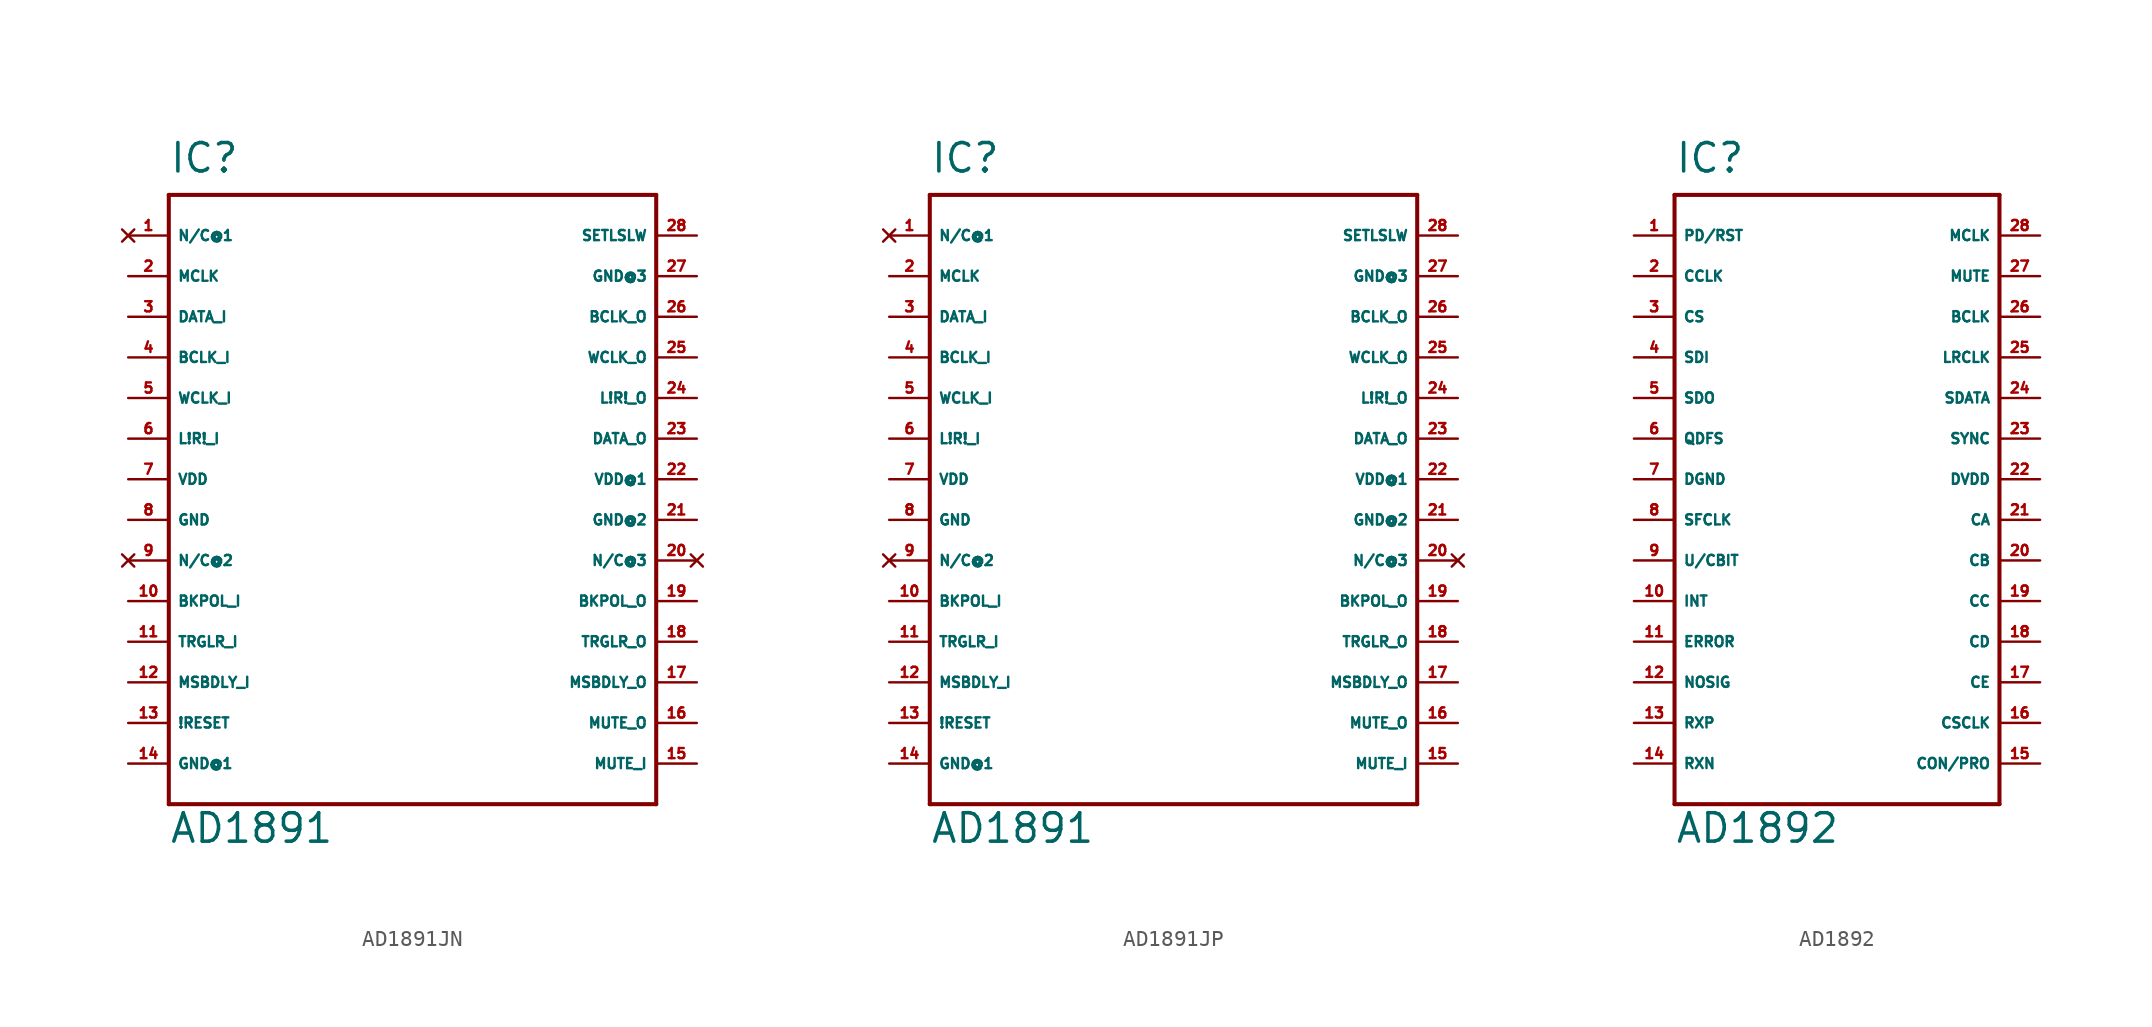
<source format=kicad_sym>
(kicad_symbol_lib
  (version 20220914)
  (generator Eagle2Kicad)
  (symbol "AD1891JN"
    (property "Reference" "IC"
      (at -15.24 19.05 0)
      (effects (font (size 1.778 1.778) (thickness 0.22)) (justify left bottom)))
    (property "Value" "AD1891"
      (at -15.24 -22.86 0)
      (effects (font (size 1.778 1.778) (thickness 0.22)) (justify left bottom)))
    (polyline
      (pts (xy -15.24 -20.32) (xy 15.24 -20.32))
      (stroke (width 0.254) (type default))
      (fill (type none)))
    (polyline
      (pts (xy 15.24 -20.32) (xy 15.24 17.78))
      (stroke (width 0.254) (type default))
      (fill (type none)))
    (polyline
      (pts (xy 15.24 17.78) (xy -15.24 17.78))
      (stroke (width 0.254) (type default))
      (fill (type none)))
    (polyline
      (pts (xy -15.24 17.78) (xy -15.24 -20.32))
      (stroke (width 0.254) (type default))
      (fill (type none)))
    (pin no_connect line
      (at -17.78 15.24 0)
      (length 2.54)
      (name "N/C@1" (effects (font (size 0.635 0.635) (thickness 0.08)) (justify left bottom) hide))
      (number "1" (effects (font (size 0.635 0.635) (thickness 0.08)) (justify left bottom) hide)))
    (pin input line
      (at -17.78 12.7 0)
      (length 2.54)
      (name "MCLK" (effects (font (size 0.635 0.635) (thickness 0.08)) (justify left bottom)))
      (number "2" (effects (font (size 0.635 0.635) (thickness 0.08)) (justify left bottom))))
    (pin input line
      (at -17.78 10.16 0)
      (length 2.54)
      (name "DATA_I" (effects (font (size 0.635 0.635) (thickness 0.08)) (justify left bottom)))
      (number "3" (effects (font (size 0.635 0.635) (thickness 0.08)) (justify left bottom))))
    (pin input line
      (at -17.78 7.62 0)
      (length 2.54)
      (name "BCLK_I" (effects (font (size 0.635 0.635) (thickness 0.08)) (justify left bottom)))
      (number "4" (effects (font (size 0.635 0.635) (thickness 0.08)) (justify left bottom))))
    (pin input line
      (at -17.78 5.08 0)
      (length 2.54)
      (name "WCLK_I" (effects (font (size 0.635 0.635) (thickness 0.08)) (justify left bottom)))
      (number "5" (effects (font (size 0.635 0.635) (thickness 0.08)) (justify left bottom))))
    (pin input line
      (at -17.78 2.54 0)
      (length 2.54)
      (name "L!R!_I" (effects (font (size 0.635 0.635) (thickness 0.08)) (justify left bottom)))
      (number "6" (effects (font (size 0.635 0.635) (thickness 0.08)) (justify left bottom))))
    (pin unspecified line
      (at -17.78 0 0)
      (length 2.54)
      (name "VDD" (effects (font (size 0.635 0.635) (thickness 0.08)) (justify left bottom)))
      (number "7" (effects (font (size 0.635 0.635) (thickness 0.08)) (justify left bottom))))
    (pin unspecified line
      (at -17.78 -2.54 0)
      (length 2.54)
      (name "GND" (effects (font (size 0.635 0.635) (thickness 0.08)) (justify left bottom)))
      (number "8" (effects (font (size 0.635 0.635) (thickness 0.08)) (justify left bottom))))
    (pin no_connect line
      (at -17.78 -5.08 0)
      (length 2.54)
      (name "N/C@2" (effects (font (size 0.635 0.635) (thickness 0.08)) (justify left bottom) hide))
      (number "9" (effects (font (size 0.635 0.635) (thickness 0.08)) (justify left bottom) hide)))
    (pin input line
      (at -17.78 -7.62 0)
      (length 2.54)
      (name "BKPOL_I" (effects (font (size 0.635 0.635) (thickness 0.08)) (justify left bottom)))
      (number "10" (effects (font (size 0.635 0.635) (thickness 0.08)) (justify left bottom))))
    (pin input line
      (at -17.78 -10.16 0)
      (length 2.54)
      (name "TRGLR_I" (effects (font (size 0.635 0.635) (thickness 0.08)) (justify left bottom)))
      (number "11" (effects (font (size 0.635 0.635) (thickness 0.08)) (justify left bottom))))
    (pin input line
      (at -17.78 -12.7 0)
      (length 2.54)
      (name "MSBDLY_I" (effects (font (size 0.635 0.635) (thickness 0.08)) (justify left bottom)))
      (number "12" (effects (font (size 0.635 0.635) (thickness 0.08)) (justify left bottom))))
    (pin input line
      (at -17.78 -15.24 0)
      (length 2.54)
      (name "!RESET" (effects (font (size 0.635 0.635) (thickness 0.08)) (justify left bottom)))
      (number "13" (effects (font (size 0.635 0.635) (thickness 0.08)) (justify left bottom))))
    (pin unspecified line
      (at -17.78 -17.78 0)
      (length 2.54)
      (name "GND@1" (effects (font (size 0.635 0.635) (thickness 0.08)) (justify left bottom)))
      (number "14" (effects (font (size 0.635 0.635) (thickness 0.08)) (justify left bottom))))
    (pin input line
      (at 17.78 -17.78 180)
      (length 2.54)
      (name "MUTE_I" (effects (font (size 0.635 0.635) (thickness 0.08)) (justify left bottom)))
      (number "15" (effects (font (size 0.635 0.635) (thickness 0.08)) (justify left bottom))))
    (pin output line
      (at 17.78 -15.24 180)
      (length 2.54)
      (name "MUTE_O" (effects (font (size 0.635 0.635) (thickness 0.08)) (justify left bottom)))
      (number "16" (effects (font (size 0.635 0.635) (thickness 0.08)) (justify left bottom))))
    (pin input line
      (at 17.78 -12.7 180)
      (length 2.54)
      (name "MSBDLY_O" (effects (font (size 0.635 0.635) (thickness 0.08)) (justify left bottom)))
      (number "17" (effects (font (size 0.635 0.635) (thickness 0.08)) (justify left bottom))))
    (pin input line
      (at 17.78 -10.16 180)
      (length 2.54)
      (name "TRGLR_O" (effects (font (size 0.635 0.635) (thickness 0.08)) (justify left bottom)))
      (number "18" (effects (font (size 0.635 0.635) (thickness 0.08)) (justify left bottom))))
    (pin input line
      (at 17.78 -7.62 180)
      (length 2.54)
      (name "BKPOL_O" (effects (font (size 0.635 0.635) (thickness 0.08)) (justify left bottom)))
      (number "19" (effects (font (size 0.635 0.635) (thickness 0.08)) (justify left bottom))))
    (pin no_connect line
      (at 17.78 -5.08 180)
      (length 2.54)
      (name "N/C@3" (effects (font (size 0.635 0.635) (thickness 0.08)) (justify left bottom) hide))
      (number "20" (effects (font (size 0.635 0.635) (thickness 0.08)) (justify left bottom) hide)))
    (pin unspecified line
      (at 17.78 -2.54 180)
      (length 2.54)
      (name "GND@2" (effects (font (size 0.635 0.635) (thickness 0.08)) (justify left bottom)))
      (number "21" (effects (font (size 0.635 0.635) (thickness 0.08)) (justify left bottom))))
    (pin unspecified line
      (at 17.78 0 180)
      (length 2.54)
      (name "VDD@1" (effects (font (size 0.635 0.635) (thickness 0.08)) (justify left bottom)))
      (number "22" (effects (font (size 0.635 0.635) (thickness 0.08)) (justify left bottom))))
    (pin output line
      (at 17.78 2.54 180)
      (length 2.54)
      (name "DATA_O" (effects (font (size 0.635 0.635) (thickness 0.08)) (justify left bottom)))
      (number "23" (effects (font (size 0.635 0.635) (thickness 0.08)) (justify left bottom))))
    (pin input line
      (at 17.78 5.08 180)
      (length 2.54)
      (name "L!R!_O" (effects (font (size 0.635 0.635) (thickness 0.08)) (justify left bottom)))
      (number "24" (effects (font (size 0.635 0.635) (thickness 0.08)) (justify left bottom))))
    (pin input line
      (at 17.78 7.62 180)
      (length 2.54)
      (name "WCLK_O" (effects (font (size 0.635 0.635) (thickness 0.08)) (justify left bottom)))
      (number "25" (effects (font (size 0.635 0.635) (thickness 0.08)) (justify left bottom))))
    (pin input line
      (at 17.78 10.16 180)
      (length 2.54)
      (name "BCLK_O" (effects (font (size 0.635 0.635) (thickness 0.08)) (justify left bottom)))
      (number "26" (effects (font (size 0.635 0.635) (thickness 0.08)) (justify left bottom))))
    (pin unspecified line
      (at 17.78 12.7 180)
      (length 2.54)
      (name "GND@3" (effects (font (size 0.635 0.635) (thickness 0.08)) (justify left bottom)))
      (number "27" (effects (font (size 0.635 0.635) (thickness 0.08)) (justify left bottom))))
    (pin input line
      (at 17.78 15.24 180)
      (length 2.54)
      (name "SETLSLW" (effects (font (size 0.635 0.635) (thickness 0.08)) (justify left bottom)))
      (number "28" (effects (font (size 0.635 0.635) (thickness 0.08)) (justify left bottom)))))
  (symbol "AD1891JP"
    (property "Reference" "IC"
      (at -15.24 19.05 0)
      (effects (font (size 1.778 1.778) (thickness 0.22)) (justify left bottom)))
    (property "Value" "AD1891"
      (at -15.24 -22.86 0)
      (effects (font (size 1.778 1.778) (thickness 0.22)) (justify left bottom)))
    (polyline
      (pts (xy -15.24 -20.32) (xy 15.24 -20.32))
      (stroke (width 0.254) (type default))
      (fill (type none)))
    (polyline
      (pts (xy 15.24 -20.32) (xy 15.24 17.78))
      (stroke (width 0.254) (type default))
      (fill (type none)))
    (polyline
      (pts (xy 15.24 17.78) (xy -15.24 17.78))
      (stroke (width 0.254) (type default))
      (fill (type none)))
    (polyline
      (pts (xy -15.24 17.78) (xy -15.24 -20.32))
      (stroke (width 0.254) (type default))
      (fill (type none)))
    (pin no_connect line
      (at -17.78 15.24 0)
      (length 2.54)
      (name "N/C@1" (effects (font (size 0.635 0.635) (thickness 0.08)) (justify left bottom) hide))
      (number "1" (effects (font (size 0.635 0.635) (thickness 0.08)) (justify left bottom) hide)))
    (pin input line
      (at -17.78 12.7 0)
      (length 2.54)
      (name "MCLK" (effects (font (size 0.635 0.635) (thickness 0.08)) (justify left bottom)))
      (number "2" (effects (font (size 0.635 0.635) (thickness 0.08)) (justify left bottom))))
    (pin input line
      (at -17.78 10.16 0)
      (length 2.54)
      (name "DATA_I" (effects (font (size 0.635 0.635) (thickness 0.08)) (justify left bottom)))
      (number "3" (effects (font (size 0.635 0.635) (thickness 0.08)) (justify left bottom))))
    (pin input line
      (at -17.78 7.62 0)
      (length 2.54)
      (name "BCLK_I" (effects (font (size 0.635 0.635) (thickness 0.08)) (justify left bottom)))
      (number "4" (effects (font (size 0.635 0.635) (thickness 0.08)) (justify left bottom))))
    (pin input line
      (at -17.78 5.08 0)
      (length 2.54)
      (name "WCLK_I" (effects (font (size 0.635 0.635) (thickness 0.08)) (justify left bottom)))
      (number "5" (effects (font (size 0.635 0.635) (thickness 0.08)) (justify left bottom))))
    (pin input line
      (at -17.78 2.54 0)
      (length 2.54)
      (name "L!R!_I" (effects (font (size 0.635 0.635) (thickness 0.08)) (justify left bottom)))
      (number "6" (effects (font (size 0.635 0.635) (thickness 0.08)) (justify left bottom))))
    (pin unspecified line
      (at -17.78 0 0)
      (length 2.54)
      (name "VDD" (effects (font (size 0.635 0.635) (thickness 0.08)) (justify left bottom)))
      (number "7" (effects (font (size 0.635 0.635) (thickness 0.08)) (justify left bottom))))
    (pin unspecified line
      (at -17.78 -2.54 0)
      (length 2.54)
      (name "GND" (effects (font (size 0.635 0.635) (thickness 0.08)) (justify left bottom)))
      (number "8" (effects (font (size 0.635 0.635) (thickness 0.08)) (justify left bottom))))
    (pin no_connect line
      (at -17.78 -5.08 0)
      (length 2.54)
      (name "N/C@2" (effects (font (size 0.635 0.635) (thickness 0.08)) (justify left bottom) hide))
      (number "9" (effects (font (size 0.635 0.635) (thickness 0.08)) (justify left bottom) hide)))
    (pin input line
      (at -17.78 -7.62 0)
      (length 2.54)
      (name "BKPOL_I" (effects (font (size 0.635 0.635) (thickness 0.08)) (justify left bottom)))
      (number "10" (effects (font (size 0.635 0.635) (thickness 0.08)) (justify left bottom))))
    (pin input line
      (at -17.78 -10.16 0)
      (length 2.54)
      (name "TRGLR_I" (effects (font (size 0.635 0.635) (thickness 0.08)) (justify left bottom)))
      (number "11" (effects (font (size 0.635 0.635) (thickness 0.08)) (justify left bottom))))
    (pin input line
      (at -17.78 -12.7 0)
      (length 2.54)
      (name "MSBDLY_I" (effects (font (size 0.635 0.635) (thickness 0.08)) (justify left bottom)))
      (number "12" (effects (font (size 0.635 0.635) (thickness 0.08)) (justify left bottom))))
    (pin input line
      (at -17.78 -15.24 0)
      (length 2.54)
      (name "!RESET" (effects (font (size 0.635 0.635) (thickness 0.08)) (justify left bottom)))
      (number "13" (effects (font (size 0.635 0.635) (thickness 0.08)) (justify left bottom))))
    (pin unspecified line
      (at -17.78 -17.78 0)
      (length 2.54)
      (name "GND@1" (effects (font (size 0.635 0.635) (thickness 0.08)) (justify left bottom)))
      (number "14" (effects (font (size 0.635 0.635) (thickness 0.08)) (justify left bottom))))
    (pin input line
      (at 17.78 -17.78 180)
      (length 2.54)
      (name "MUTE_I" (effects (font (size 0.635 0.635) (thickness 0.08)) (justify left bottom)))
      (number "15" (effects (font (size 0.635 0.635) (thickness 0.08)) (justify left bottom))))
    (pin output line
      (at 17.78 -15.24 180)
      (length 2.54)
      (name "MUTE_O" (effects (font (size 0.635 0.635) (thickness 0.08)) (justify left bottom)))
      (number "16" (effects (font (size 0.635 0.635) (thickness 0.08)) (justify left bottom))))
    (pin input line
      (at 17.78 -12.7 180)
      (length 2.54)
      (name "MSBDLY_O" (effects (font (size 0.635 0.635) (thickness 0.08)) (justify left bottom)))
      (number "17" (effects (font (size 0.635 0.635) (thickness 0.08)) (justify left bottom))))
    (pin input line
      (at 17.78 -10.16 180)
      (length 2.54)
      (name "TRGLR_O" (effects (font (size 0.635 0.635) (thickness 0.08)) (justify left bottom)))
      (number "18" (effects (font (size 0.635 0.635) (thickness 0.08)) (justify left bottom))))
    (pin input line
      (at 17.78 -7.62 180)
      (length 2.54)
      (name "BKPOL_O" (effects (font (size 0.635 0.635) (thickness 0.08)) (justify left bottom)))
      (number "19" (effects (font (size 0.635 0.635) (thickness 0.08)) (justify left bottom))))
    (pin no_connect line
      (at 17.78 -5.08 180)
      (length 2.54)
      (name "N/C@3" (effects (font (size 0.635 0.635) (thickness 0.08)) (justify left bottom) hide))
      (number "20" (effects (font (size 0.635 0.635) (thickness 0.08)) (justify left bottom) hide)))
    (pin unspecified line
      (at 17.78 -2.54 180)
      (length 2.54)
      (name "GND@2" (effects (font (size 0.635 0.635) (thickness 0.08)) (justify left bottom)))
      (number "21" (effects (font (size 0.635 0.635) (thickness 0.08)) (justify left bottom))))
    (pin unspecified line
      (at 17.78 0 180)
      (length 2.54)
      (name "VDD@1" (effects (font (size 0.635 0.635) (thickness 0.08)) (justify left bottom)))
      (number "22" (effects (font (size 0.635 0.635) (thickness 0.08)) (justify left bottom))))
    (pin output line
      (at 17.78 2.54 180)
      (length 2.54)
      (name "DATA_O" (effects (font (size 0.635 0.635) (thickness 0.08)) (justify left bottom)))
      (number "23" (effects (font (size 0.635 0.635) (thickness 0.08)) (justify left bottom))))
    (pin input line
      (at 17.78 5.08 180)
      (length 2.54)
      (name "L!R!_O" (effects (font (size 0.635 0.635) (thickness 0.08)) (justify left bottom)))
      (number "24" (effects (font (size 0.635 0.635) (thickness 0.08)) (justify left bottom))))
    (pin input line
      (at 17.78 7.62 180)
      (length 2.54)
      (name "WCLK_O" (effects (font (size 0.635 0.635) (thickness 0.08)) (justify left bottom)))
      (number "25" (effects (font (size 0.635 0.635) (thickness 0.08)) (justify left bottom))))
    (pin input line
      (at 17.78 10.16 180)
      (length 2.54)
      (name "BCLK_O" (effects (font (size 0.635 0.635) (thickness 0.08)) (justify left bottom)))
      (number "26" (effects (font (size 0.635 0.635) (thickness 0.08)) (justify left bottom))))
    (pin unspecified line
      (at 17.78 12.7 180)
      (length 2.54)
      (name "GND@3" (effects (font (size 0.635 0.635) (thickness 0.08)) (justify left bottom)))
      (number "27" (effects (font (size 0.635 0.635) (thickness 0.08)) (justify left bottom))))
    (pin input line
      (at 17.78 15.24 180)
      (length 2.54)
      (name "SETLSLW" (effects (font (size 0.635 0.635) (thickness 0.08)) (justify left bottom)))
      (number "28" (effects (font (size 0.635 0.635) (thickness 0.08)) (justify left bottom)))))
  (symbol "AD1892"
    (property "Reference" "IC"
      (at -10.16 19.05 0)
      (effects (font (size 1.778 1.778) (thickness 0.22)) (justify left bottom)))
    (property "Value" "AD1892"
      (at -10.16 -22.86 0)
      (effects (font (size 1.778 1.778) (thickness 0.22)) (justify left bottom)))
    (polyline
      (pts (xy -10.16 -20.32) (xy 10.16 -20.32))
      (stroke (width 0.254) (type default))
      (fill (type none)))
    (polyline
      (pts (xy 10.16 -20.32) (xy 10.16 17.78))
      (stroke (width 0.254) (type default))
      (fill (type none)))
    (polyline
      (pts (xy 10.16 17.78) (xy -10.16 17.78))
      (stroke (width 0.254) (type default))
      (fill (type none)))
    (polyline
      (pts (xy -10.16 17.78) (xy -10.16 -20.32))
      (stroke (width 0.254) (type default))
      (fill (type none)))
    (pin input line
      (at -12.7 15.24 0)
      (length 2.54)
      (name "PD/RST" (effects (font (size 0.635 0.635) (thickness 0.08)) (justify left bottom)))
      (number "1" (effects (font (size 0.635 0.635) (thickness 0.08)) (justify left bottom))))
    (pin input line
      (at -12.7 12.7 0)
      (length 2.54)
      (name "CCLK" (effects (font (size 0.635 0.635) (thickness 0.08)) (justify left bottom)))
      (number "2" (effects (font (size 0.635 0.635) (thickness 0.08)) (justify left bottom))))
    (pin input line
      (at -12.7 10.16 0)
      (length 2.54)
      (name "CS" (effects (font (size 0.635 0.635) (thickness 0.08)) (justify left bottom)))
      (number "3" (effects (font (size 0.635 0.635) (thickness 0.08)) (justify left bottom))))
    (pin input line
      (at -12.7 7.62 0)
      (length 2.54)
      (name "SDI" (effects (font (size 0.635 0.635) (thickness 0.08)) (justify left bottom)))
      (number "4" (effects (font (size 0.635 0.635) (thickness 0.08)) (justify left bottom))))
    (pin output line
      (at -12.7 5.08 0)
      (length 2.54)
      (name "SDO" (effects (font (size 0.635 0.635) (thickness 0.08)) (justify left bottom)))
      (number "5" (effects (font (size 0.635 0.635) (thickness 0.08)) (justify left bottom))))
    (pin output line
      (at -12.7 2.54 0)
      (length 2.54)
      (name "QDFS" (effects (font (size 0.635 0.635) (thickness 0.08)) (justify left bottom)))
      (number "6" (effects (font (size 0.635 0.635) (thickness 0.08)) (justify left bottom))))
    (pin unspecified line
      (at -12.7 0 0)
      (length 2.54)
      (name "DGND" (effects (font (size 0.635 0.635) (thickness 0.08)) (justify left bottom)))
      (number "7" (effects (font (size 0.635 0.635) (thickness 0.08)) (justify left bottom))))
    (pin output line
      (at -12.7 -2.54 0)
      (length 2.54)
      (name "SFCLK" (effects (font (size 0.635 0.635) (thickness 0.08)) (justify left bottom)))
      (number "8" (effects (font (size 0.635 0.635) (thickness 0.08)) (justify left bottom))))
    (pin output line
      (at -12.7 -5.08 0)
      (length 2.54)
      (name "U/CBIT" (effects (font (size 0.635 0.635) (thickness 0.08)) (justify left bottom)))
      (number "9" (effects (font (size 0.635 0.635) (thickness 0.08)) (justify left bottom))))
    (pin output line
      (at -12.7 -7.62 0)
      (length 2.54)
      (name "INT" (effects (font (size 0.635 0.635) (thickness 0.08)) (justify left bottom)))
      (number "10" (effects (font (size 0.635 0.635) (thickness 0.08)) (justify left bottom))))
    (pin output line
      (at -12.7 -10.16 0)
      (length 2.54)
      (name "ERROR" (effects (font (size 0.635 0.635) (thickness 0.08)) (justify left bottom)))
      (number "11" (effects (font (size 0.635 0.635) (thickness 0.08)) (justify left bottom))))
    (pin output line
      (at -12.7 -12.7 0)
      (length 2.54)
      (name "NOSIG" (effects (font (size 0.635 0.635) (thickness 0.08)) (justify left bottom)))
      (number "12" (effects (font (size 0.635 0.635) (thickness 0.08)) (justify left bottom))))
    (pin input line
      (at -12.7 -15.24 0)
      (length 2.54)
      (name "RXP" (effects (font (size 0.635 0.635) (thickness 0.08)) (justify left bottom)))
      (number "13" (effects (font (size 0.635 0.635) (thickness 0.08)) (justify left bottom))))
    (pin input line
      (at -12.7 -17.78 0)
      (length 2.54)
      (name "RXN" (effects (font (size 0.635 0.635) (thickness 0.08)) (justify left bottom)))
      (number "14" (effects (font (size 0.635 0.635) (thickness 0.08)) (justify left bottom))))
    (pin output line
      (at 12.7 -17.78 180)
      (length 2.54)
      (name "CON/PRO" (effects (font (size 0.635 0.635) (thickness 0.08)) (justify left bottom)))
      (number "15" (effects (font (size 0.635 0.635) (thickness 0.08)) (justify left bottom))))
    (pin output line
      (at 12.7 -15.24 180)
      (length 2.54)
      (name "CSCLK" (effects (font (size 0.635 0.635) (thickness 0.08)) (justify left bottom)))
      (number "16" (effects (font (size 0.635 0.635) (thickness 0.08)) (justify left bottom))))
    (pin output line
      (at 12.7 -12.7 180)
      (length 2.54)
      (name "CE" (effects (font (size 0.635 0.635) (thickness 0.08)) (justify left bottom)))
      (number "17" (effects (font (size 0.635 0.635) (thickness 0.08)) (justify left bottom))))
    (pin output line
      (at 12.7 -10.16 180)
      (length 2.54)
      (name "CD" (effects (font (size 0.635 0.635) (thickness 0.08)) (justify left bottom)))
      (number "18" (effects (font (size 0.635 0.635) (thickness 0.08)) (justify left bottom))))
    (pin output line
      (at 12.7 -7.62 180)
      (length 2.54)
      (name "CC" (effects (font (size 0.635 0.635) (thickness 0.08)) (justify left bottom)))
      (number "19" (effects (font (size 0.635 0.635) (thickness 0.08)) (justify left bottom))))
    (pin output line
      (at 12.7 -5.08 180)
      (length 2.54)
      (name "CB" (effects (font (size 0.635 0.635) (thickness 0.08)) (justify left bottom)))
      (number "20" (effects (font (size 0.635 0.635) (thickness 0.08)) (justify left bottom))))
    (pin output line
      (at 12.7 -2.54 180)
      (length 2.54)
      (name "CA" (effects (font (size 0.635 0.635) (thickness 0.08)) (justify left bottom)))
      (number "21" (effects (font (size 0.635 0.635) (thickness 0.08)) (justify left bottom))))
    (pin unspecified line
      (at 12.7 0 180)
      (length 2.54)
      (name "DVDD" (effects (font (size 0.635 0.635) (thickness 0.08)) (justify left bottom)))
      (number "22" (effects (font (size 0.635 0.635) (thickness 0.08)) (justify left bottom))))
    (pin input line
      (at 12.7 2.54 180)
      (length 2.54)
      (name "SYNC" (effects (font (size 0.635 0.635) (thickness 0.08)) (justify left bottom)))
      (number "23" (effects (font (size 0.635 0.635) (thickness 0.08)) (justify left bottom))))
    (pin output line
      (at 12.7 5.08 180)
      (length 2.54)
      (name "SDATA" (effects (font (size 0.635 0.635) (thickness 0.08)) (justify left bottom)))
      (number "24" (effects (font (size 0.635 0.635) (thickness 0.08)) (justify left bottom))))
    (pin output line
      (at 12.7 7.62 180)
      (length 2.54)
      (name "LRCLK" (effects (font (size 0.635 0.635) (thickness 0.08)) (justify left bottom)))
      (number "25" (effects (font (size 0.635 0.635) (thickness 0.08)) (justify left bottom))))
    (pin output line
      (at 12.7 10.16 180)
      (length 2.54)
      (name "BCLK" (effects (font (size 0.635 0.635) (thickness 0.08)) (justify left bottom)))
      (number "26" (effects (font (size 0.635 0.635) (thickness 0.08)) (justify left bottom))))
    (pin input line
      (at 12.7 12.7 180)
      (length 2.54)
      (name "MUTE" (effects (font (size 0.635 0.635) (thickness 0.08)) (justify left bottom)))
      (number "27" (effects (font (size 0.635 0.635) (thickness 0.08)) (justify left bottom))))
    (pin input line
      (at 12.7 15.24 180)
      (length 2.54)
      (name "MCLK" (effects (font (size 0.635 0.635) (thickness 0.08)) (justify left bottom)))
      (number "28" (effects (font (size 0.635 0.635) (thickness 0.08)) (justify left bottom))))))
</source>
